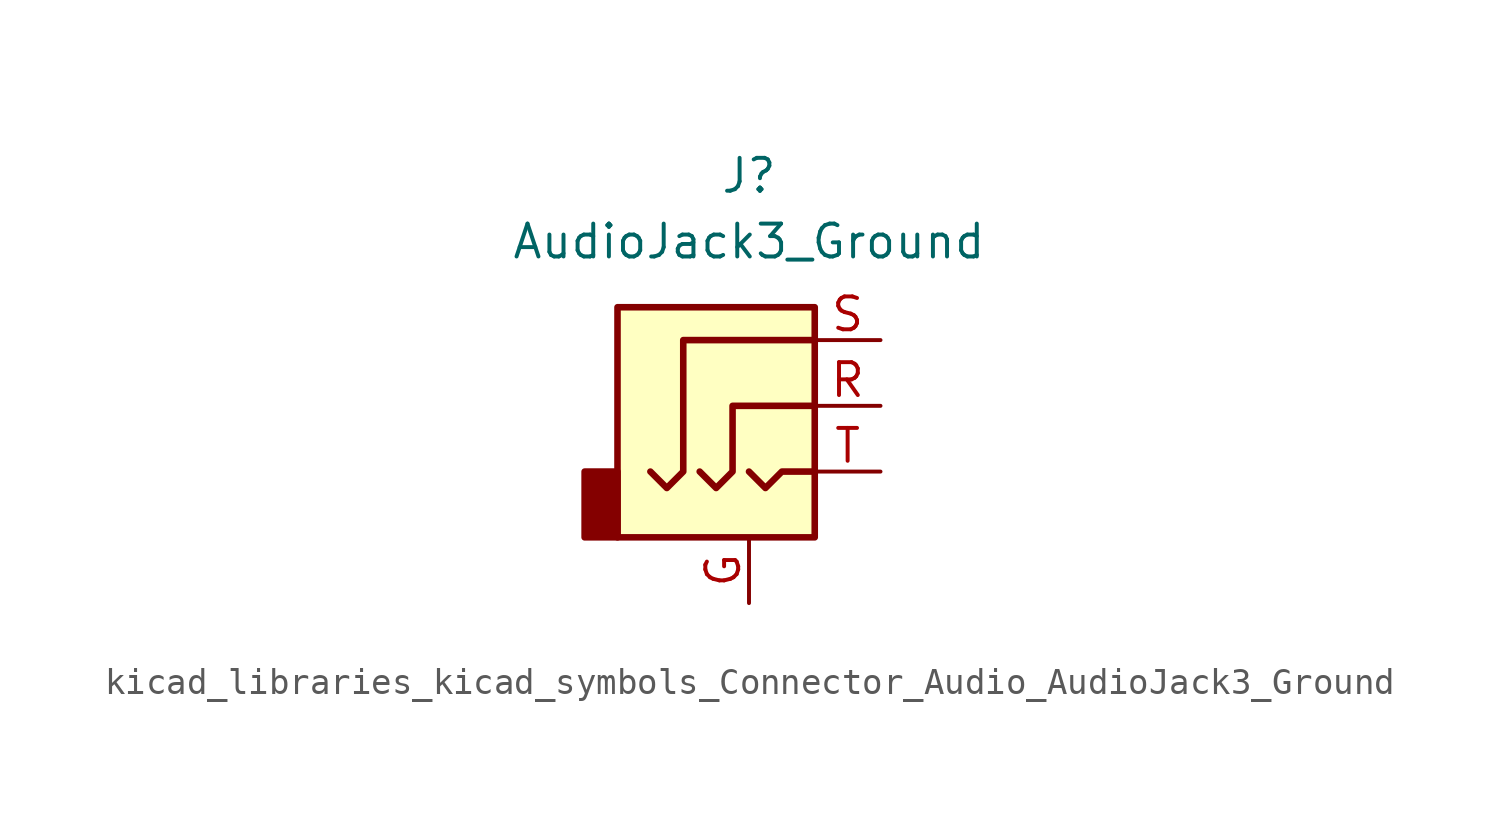
<source format=kicad_sym>
(kicad_symbol_lib
  (version 20220914)
  (generator kicad_symbol_editor)
  (symbol "kicad_libraries_kicad_symbols_Connector_Audio_AudioJack3_Ground"
    (property "Reference" "J"
      (at 0 8.89 0)
      (effects (font (size 1.27 1.27))))
    (property "Value" "AudioJack3_Ground"
      (at 0 6.35 0)
      (effects (font (size 1.27 1.27))))
    (symbol "kicad_libraries_kicad_symbols_Connector_Audio_AudioJack3_Ground_0_1"
      (rectangle (start -5.08 -2.54) (end -6.35 -5.08) (stroke (width 0.254) (type default)) (fill (type outline)))
      (polyline (pts (xy 0 -2.54) (xy 0.635 -3.175) (xy 1.27 -2.54) (xy 2.54 -2.54)) (stroke (width 0.254) (type default)) (fill (type none)))
      (polyline (pts (xy -1.905 -2.54) (xy -1.27 -3.175) (xy -0.635 -2.54) (xy -0.635 0) (xy 2.54 0)) (stroke (width 0.254) (type default)) (fill (type none)))
      (polyline (pts (xy 2.54 2.54) (xy -2.54 2.54) (xy -2.54 -2.54) (xy -3.175 -3.175) (xy -3.81 -2.54)) (stroke (width 0.254) (type default)) (fill (type none)))
      (rectangle (start 2.54 3.81) (end -5.08 -5.08) (stroke (width 0.254) (type default)) (fill (type background))))
    (symbol "kicad_libraries_kicad_symbols_Connector_Audio_AudioJack3_Ground_1_1"
      (pin passive line (at 0 -7.62 90) (length 2.54) (name "~" (effects (font (size 1.27 1.27)))) (number "G" (effects (font (size 1.27 1.27)))))
      (pin passive line (at 5.08 0 180) (length 2.54) (name "~" (effects (font (size 1.27 1.27)))) (number "R" (effects (font (size 1.27 1.27)))))
      (pin passive line (at 5.08 2.54 180) (length 2.54) (name "~" (effects (font (size 1.27 1.27)))) (number "S" (effects (font (size 1.27 1.27)))))
      (pin passive line (at 5.08 -2.54 180) (length 2.54) (name "~" (effects (font (size 1.27 1.27)))) (number "T" (effects (font (size 1.27 1.27))))))))
</source>
